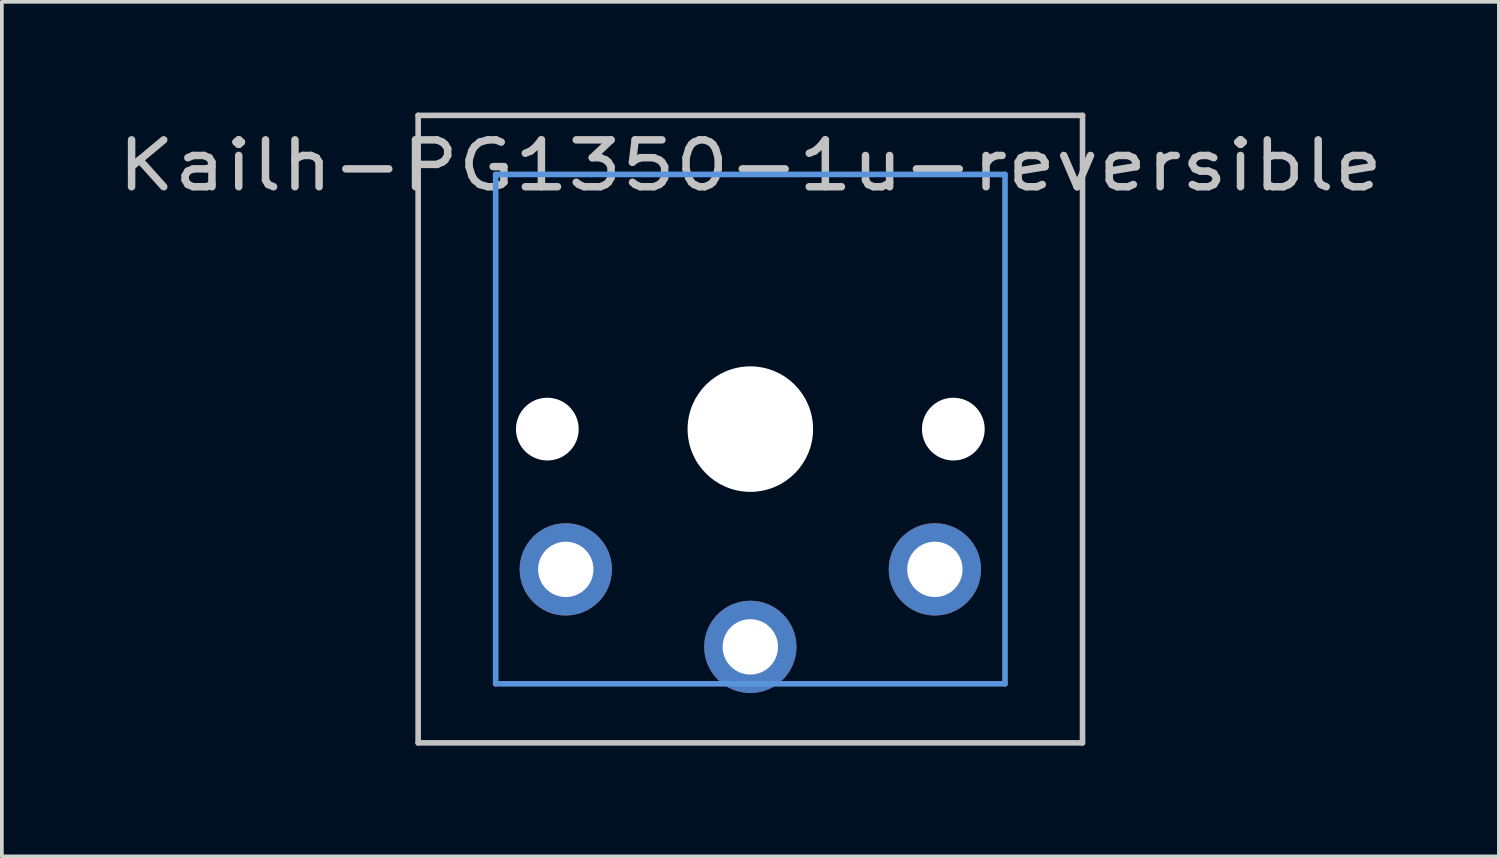
<source format=kicad_pcb>
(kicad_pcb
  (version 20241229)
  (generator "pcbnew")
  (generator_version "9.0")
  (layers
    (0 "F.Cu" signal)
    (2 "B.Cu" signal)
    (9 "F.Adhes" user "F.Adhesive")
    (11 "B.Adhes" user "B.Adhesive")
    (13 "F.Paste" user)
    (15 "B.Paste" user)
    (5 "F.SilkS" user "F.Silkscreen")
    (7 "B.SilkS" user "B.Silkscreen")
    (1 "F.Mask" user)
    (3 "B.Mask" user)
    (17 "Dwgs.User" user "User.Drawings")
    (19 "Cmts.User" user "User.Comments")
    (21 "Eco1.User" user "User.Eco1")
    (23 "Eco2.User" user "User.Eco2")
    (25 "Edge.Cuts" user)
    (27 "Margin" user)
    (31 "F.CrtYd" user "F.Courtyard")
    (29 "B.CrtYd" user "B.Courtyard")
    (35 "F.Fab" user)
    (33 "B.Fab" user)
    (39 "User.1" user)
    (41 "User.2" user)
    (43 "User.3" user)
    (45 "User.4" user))
  (footprint "Kailh-PG1350-1u-reversible"
    (layer "F.Cu")
    (at 17.279 8.576)
    (property "Reference" "Kailh-PG1350-1u-reversible" (at 0 -7.144 180) (layer "Dwgs.User") (effects (font (size 1.27 1.524) (thickness 0.203))))
    (attr through_hole)
    (fp_line (start -9 -8.5) (end 9 -8.5) (stroke (width 0.152) (type solid)) (layer "Dwgs.User"))
    (fp_line (start -9 8.5) (end -9 -8.5) (stroke (width 0.152) (type solid)) (layer "Dwgs.User"))
    (fp_line (start 9 -8.5) (end 9 8.5) (stroke (width 0.152) (type solid)) (layer "Dwgs.User"))
    (fp_line (start 9 8.5) (end -9 8.5) (stroke (width 0.152) (type solid)) (layer "Dwgs.User"))
    (fp_line (start -6.9 -6.9) (end 6.9 -6.9) (stroke (width 0.152) (type solid)) (layer "Cmts.User"))
    (fp_line (start -6.9 6.9) (end -6.9 -6.9) (stroke (width 0.152) (type solid)) (layer "Cmts.User"))
    (fp_line (start 6.9 -6.9) (end 6.9 6.9) (stroke (width 0.152) (type solid)) (layer "Cmts.User"))
    (fp_line (start 6.9 6.9) (end -6.9 6.9) (stroke (width 0.152) (type solid)) (layer "Cmts.User"))
    (fp_line (start -7.5 -7.5) (end 7.5 -7.5) (stroke (width 0.152) (type solid)) (layer "Eco2.User"))
    (fp_line (start -7.5 7.5) (end -7.5 -7.5) (stroke (width 0.152) (type solid)) (layer "Eco2.User"))
    (fp_line (start 7.5 -7.5) (end 7.5 7.5) (stroke (width 0.152) (type solid)) (layer "Eco2.User"))
    (fp_line (start 7.5 7.5) (end -7.5 7.5) (stroke (width 0.152) (type solid)) (layer "Eco2.User"))
    (pad "" np_thru_hole circle (at -5.5 0 180) (size 1.7 1.7) (drill 1.7) (layers "*.Cu" "*.Mask"))
    (pad "" np_thru_hole circle (at 0 0 180) (size 3.4 3.4) (drill 3.4) (layers "*.Cu" "*.Mask"))
    (pad "" np_thru_hole circle (at 5.5 0 180) (size 1.7 1.7) (drill 1.7) (layers "*.Cu" "*.Mask"))
    (pad "1" thru_hole circle (at 0 5.9 180) (size 2.5 2.5) (drill 1.5) (layers "*.Cu" "*.Mask"))
    (pad "2" thru_hole circle (at -5 3.8 41.9) (size 2.5 2.5) (drill 1.5) (layers "*.Cu" "B.Mask"))
    (pad "2" thru_hole circle (at 5 3.8 41.9) (size 2.5 2.5) (drill 1.5) (layers "*.Cu" "F.Mask")))
  (gr_rect
    (start -3 -3)
    (end 37.559 20.152)
    (stroke (width 0.1) (type default))
    (fill no)
    (layer "Edge.Cuts")))
</source>
